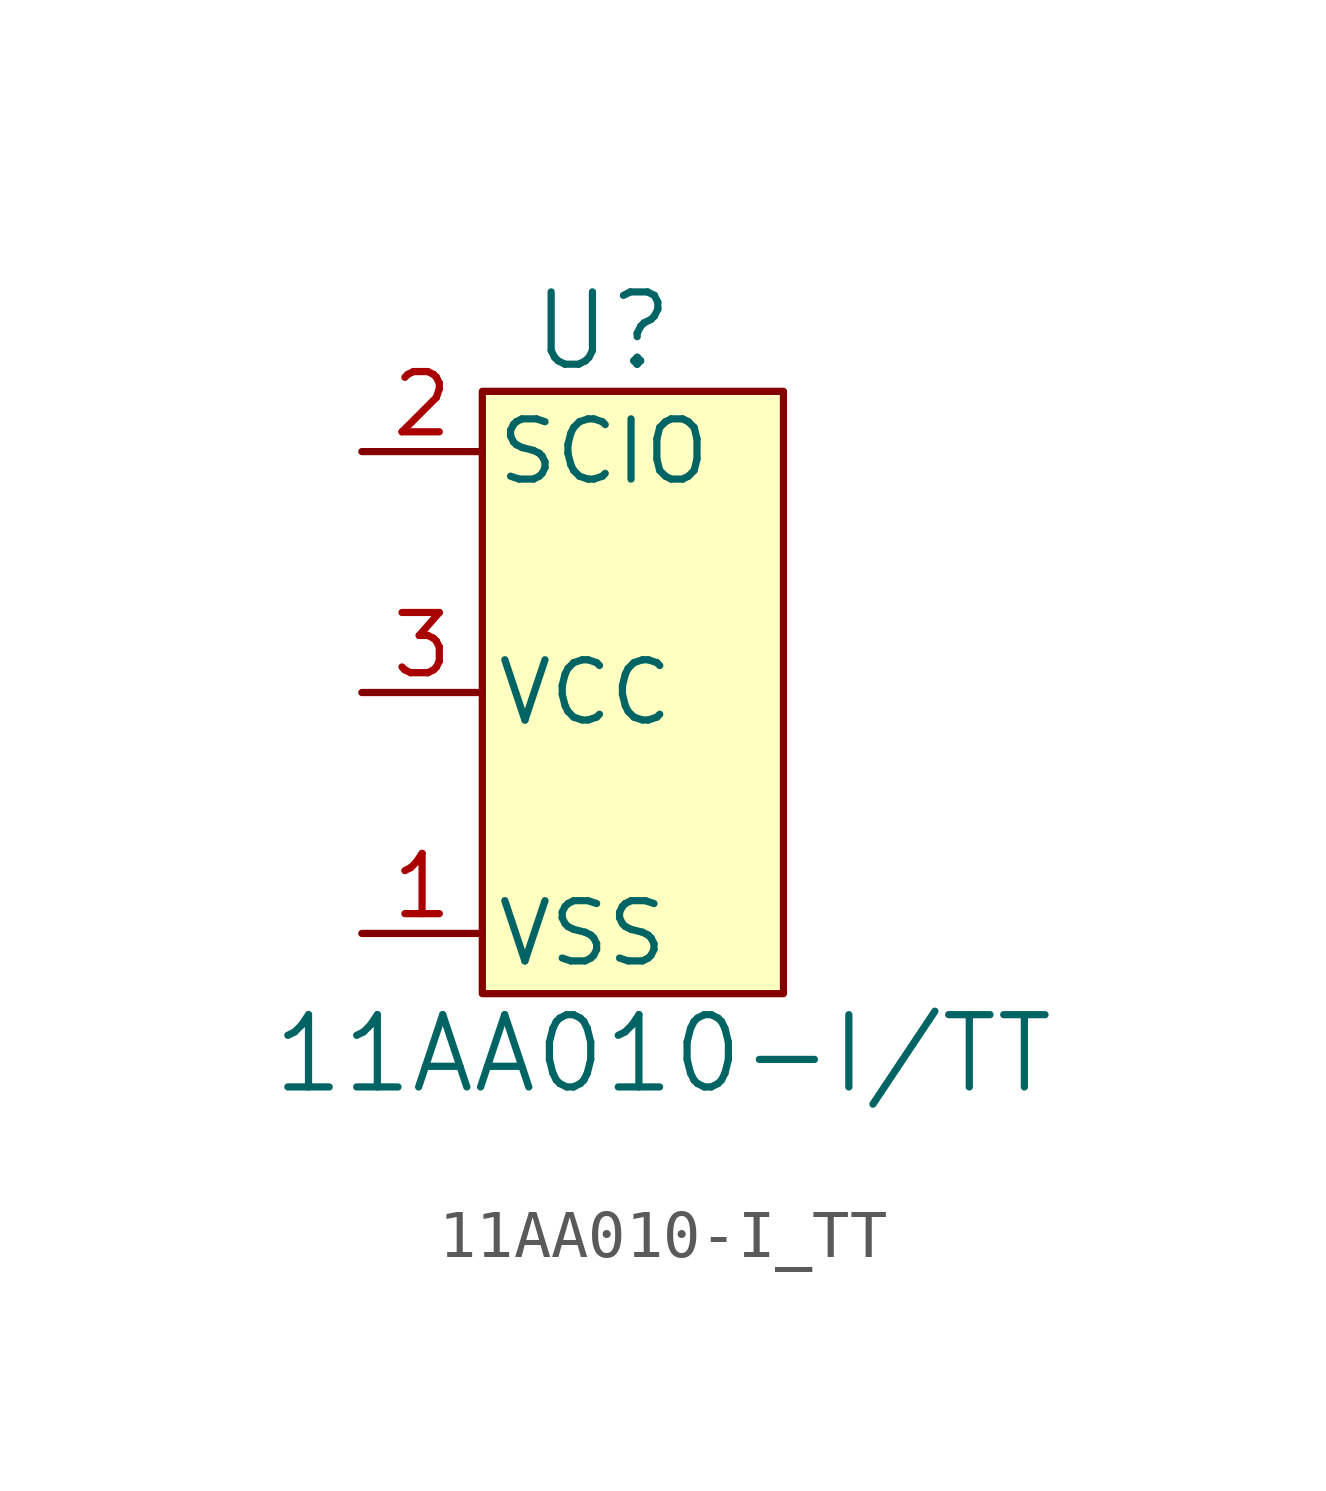
<source format=kicad_sym>
(kicad_symbol_lib
  (version 20220914)
  (generator kicad_symbol_editor)
  (symbol "11AA010-I_TT"
    (pin_names
      (offset 0.254))
    (property "Reference" "U"
      (at 2.54 1.27 0)
      (effects (font (size 1.524 1.524))))
    (property "Value" "11AA010-I/TT"
      (at 3.81 -13.97 0)
      (effects (font (size 1.524 1.524))))
    (symbol "11AA010-I_TT_1_1"
      (rectangle (start 0 0) (end 6.35 -12.7) (stroke (width 0) (type default)) (fill (type background)))
      (pin power_in line (at -2.54 -11.43 0) (length 2.54) (name "VSS" (effects (font (size 1.27 1.27)))) (number "1" (effects (font (size 1.27 1.27)))))
      (pin bidirectional line (at -2.54 -1.27 0) (length 2.54) (name "SCIO" (effects (font (size 1.27 1.27)))) (number "2" (effects (font (size 1.27 1.27)))))
      (pin power_in line (at -2.54 -6.35 0) (length 2.54) (name "VCC" (effects (font (size 1.27 1.27)))) (number "3" (effects (font (size 1.27 1.27))))))))
</source>
